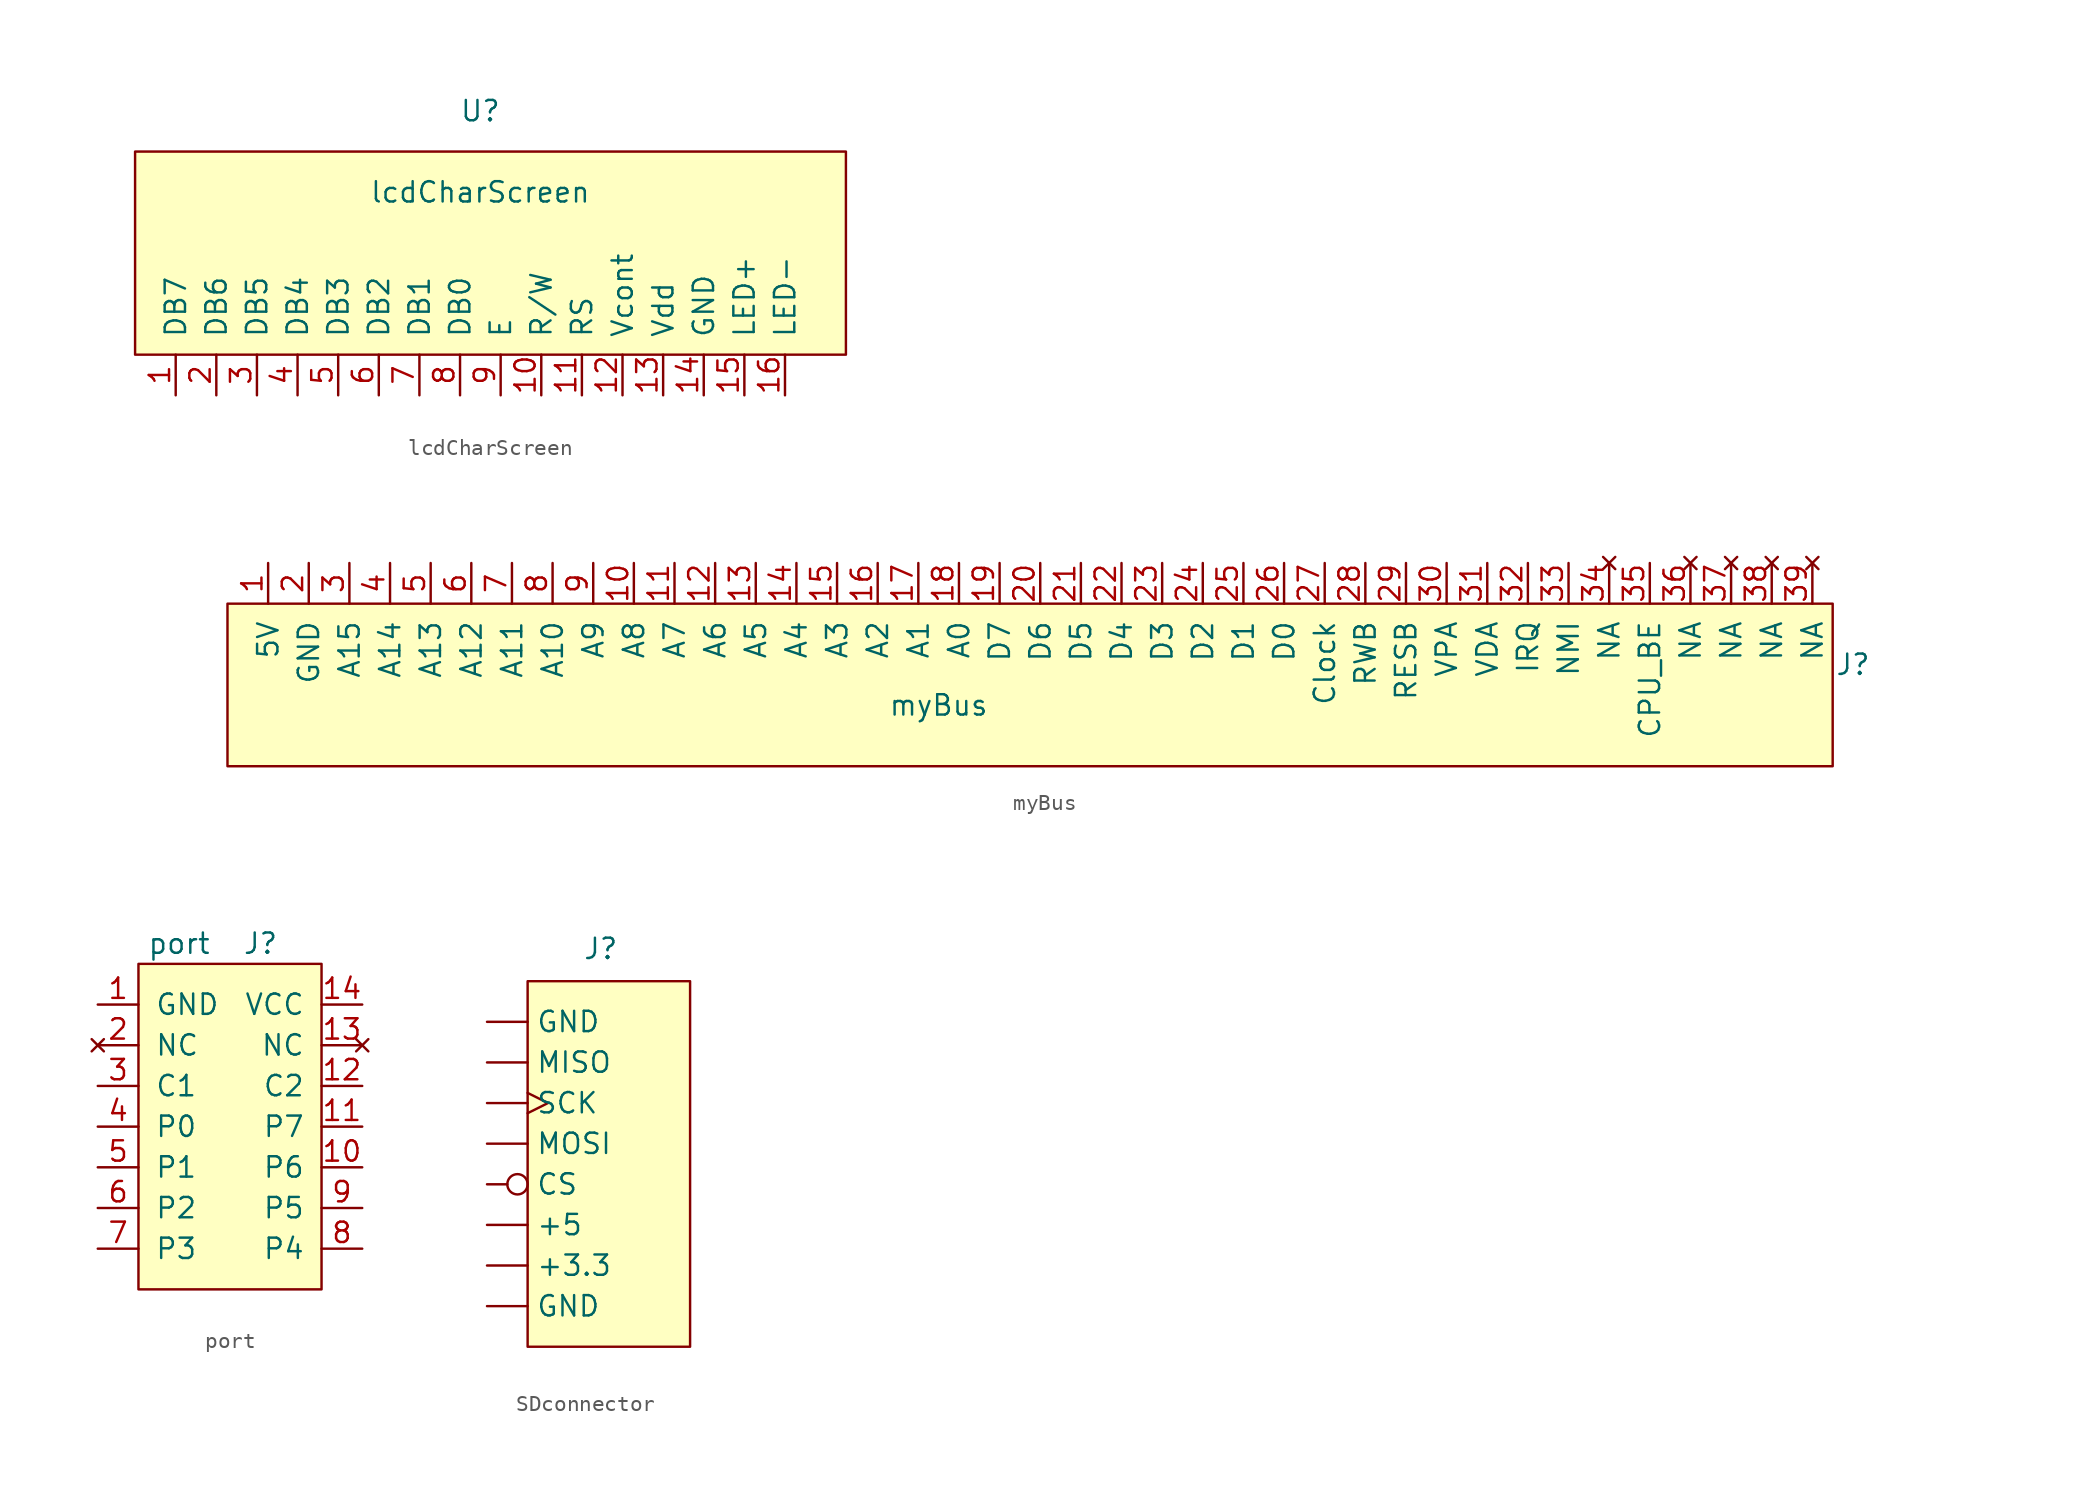
<source format=kicad_sym>
(kicad_symbol_lib
  (version 20241209)
  (generator "kicad_symbol_editor")
  (generator_version "9.0")
  (symbol "lcdCharScreen"
    (pin_names
      (offset 1.016))
    (property "Reference" "U"
      (at -1.27 8.89 0)
      (effects (font (size 1.27 1.27))))
    (property "Value" "lcdCharScreen"
      (at -1.27 3.81 0)
      (effects (font (size 1.27 1.27))))
    (symbol "lcdCharScreen_0_1"
      (rectangle (start -22.86 6.35) (end 21.59 -6.35) (stroke (width 0) (type solid)) (fill (type background))))
    (symbol "lcdCharScreen_1_1"
      (pin bidirectional line (at -20.32 -8.89 90) (length 2.54) (name "DB7" (effects (font (size 1.27 1.27)))) (number "1" (effects (font (size 1.27 1.27)))))
      (pin bidirectional line (at -17.78 -8.89 90) (length 2.54) (name "DB6" (effects (font (size 1.27 1.27)))) (number "2" (effects (font (size 1.27 1.27)))))
      (pin bidirectional line (at -15.24 -8.89 90) (length 2.54) (name "DB5" (effects (font (size 1.27 1.27)))) (number "3" (effects (font (size 1.27 1.27)))))
      (pin bidirectional line (at -12.7 -8.89 90) (length 2.54) (name "DB4" (effects (font (size 1.27 1.27)))) (number "4" (effects (font (size 1.27 1.27)))))
      (pin bidirectional line (at -10.16 -8.89 90) (length 2.54) (name "DB3" (effects (font (size 1.27 1.27)))) (number "5" (effects (font (size 1.27 1.27)))))
      (pin bidirectional line (at -7.62 -8.89 90) (length 2.54) (name "DB2" (effects (font (size 1.27 1.27)))) (number "6" (effects (font (size 1.27 1.27)))))
      (pin bidirectional line (at -5.08 -8.89 90) (length 2.54) (name "DB1" (effects (font (size 1.27 1.27)))) (number "7" (effects (font (size 1.27 1.27)))))
      (pin bidirectional line (at -2.54 -8.89 90) (length 2.54) (name "DB0" (effects (font (size 1.27 1.27)))) (number "8" (effects (font (size 1.27 1.27)))))
      (pin input line (at 0 -8.89 90) (length 2.54) (name "E" (effects (font (size 1.27 1.27)))) (number "9" (effects (font (size 1.27 1.27)))))
      (pin input line (at 2.54 -8.89 90) (length 2.54) (name "R/W" (effects (font (size 1.27 1.27)))) (number "10" (effects (font (size 1.27 1.27)))))
      (pin input line (at 5.08 -8.89 90) (length 2.54) (name "RS" (effects (font (size 1.27 1.27)))) (number "11" (effects (font (size 1.27 1.27)))))
      (pin input line (at 7.62 -8.89 90) (length 2.54) (name "Vcont" (effects (font (size 1.27 1.27)))) (number "12" (effects (font (size 1.27 1.27)))))
      (pin power_in line (at 10.16 -8.89 90) (length 2.54) (name "Vdd" (effects (font (size 1.27 1.27)))) (number "13" (effects (font (size 1.27 1.27)))))
      (pin power_in line (at 12.7 -8.89 90) (length 2.54) (name "GND" (effects (font (size 1.27 1.27)))) (number "14" (effects (font (size 1.27 1.27)))))
      (pin power_in line (at 15.24 -8.89 90) (length 2.54) (name "LED+" (effects (font (size 1.27 1.27)))) (number "15" (effects (font (size 1.27 1.27)))))
      (pin power_in line (at 17.78 -8.89 90) (length 2.54) (name "LED-" (effects (font (size 1.27 1.27)))) (number "16" (effects (font (size 1.27 1.27)))))))
  (symbol "myBus"
    (pin_names
      (offset 1.016))
    (property "Reference" "J"
      (at 57.15 1.27 0)
      (effects (font (size 1.27 1.27))))
    (property "Value" "myBus"
      (at 0 -1.27 0)
      (effects (font (size 1.27 1.27))))
    (symbol "myBus_0_1"
      (rectangle (start -44.45 5.08) (end 55.88 -5.08) (stroke (width 0) (type solid)) (fill (type background))))
    (symbol "myBus_1_1"
      (pin power_in line (at -41.91 7.62 270) (length 2.54) (name "5V" (effects (font (size 1.27 1.27)))) (number "1" (effects (font (size 1.27 1.27)))))
      (pin power_in line (at -39.37 7.62 270) (length 2.54) (name "GND" (effects (font (size 1.27 1.27)))) (number "2" (effects (font (size 1.27 1.27)))))
      (pin passive line (at -36.83 7.62 270) (length 2.54) (name "A15" (effects (font (size 1.27 1.27)))) (number "3" (effects (font (size 1.27 1.27)))))
      (pin passive line (at -34.29 7.62 270) (length 2.54) (name "A14" (effects (font (size 1.27 1.27)))) (number "4" (effects (font (size 1.27 1.27)))))
      (pin passive line (at -31.75 7.62 270) (length 2.54) (name "A13" (effects (font (size 1.27 1.27)))) (number "5" (effects (font (size 1.27 1.27)))))
      (pin passive line (at -29.21 7.62 270) (length 2.54) (name "A12" (effects (font (size 1.27 1.27)))) (number "6" (effects (font (size 1.27 1.27)))))
      (pin passive line (at -26.67 7.62 270) (length 2.54) (name "A11" (effects (font (size 1.27 1.27)))) (number "7" (effects (font (size 1.27 1.27)))))
      (pin passive line (at -24.13 7.62 270) (length 2.54) (name "A10" (effects (font (size 1.27 1.27)))) (number "8" (effects (font (size 1.27 1.27)))))
      (pin passive line (at -21.59 7.62 270) (length 2.54) (name "A9" (effects (font (size 1.27 1.27)))) (number "9" (effects (font (size 1.27 1.27)))))
      (pin passive line (at -19.05 7.62 270) (length 2.54) (name "A8" (effects (font (size 1.27 1.27)))) (number "10" (effects (font (size 1.27 1.27)))))
      (pin passive line (at -16.51 7.62 270) (length 2.54) (name "A7" (effects (font (size 1.27 1.27)))) (number "11" (effects (font (size 1.27 1.27)))))
      (pin passive line (at -13.97 7.62 270) (length 2.54) (name "A6" (effects (font (size 1.27 1.27)))) (number "12" (effects (font (size 1.27 1.27)))))
      (pin passive line (at -11.43 7.62 270) (length 2.54) (name "A5" (effects (font (size 1.27 1.27)))) (number "13" (effects (font (size 1.27 1.27)))))
      (pin passive line (at -8.89 7.62 270) (length 2.54) (name "A4" (effects (font (size 1.27 1.27)))) (number "14" (effects (font (size 1.27 1.27)))))
      (pin passive line (at -6.35 7.62 270) (length 2.54) (name "A3" (effects (font (size 1.27 1.27)))) (number "15" (effects (font (size 1.27 1.27)))))
      (pin passive line (at -3.81 7.62 270) (length 2.54) (name "A2" (effects (font (size 1.27 1.27)))) (number "16" (effects (font (size 1.27 1.27)))))
      (pin passive line (at -1.27 7.62 270) (length 2.54) (name "A1" (effects (font (size 1.27 1.27)))) (number "17" (effects (font (size 1.27 1.27)))))
      (pin passive line (at 1.27 7.62 270) (length 2.54) (name "A0" (effects (font (size 1.27 1.27)))) (number "18" (effects (font (size 1.27 1.27)))))
      (pin passive line (at 3.81 7.62 270) (length 2.54) (name "D7" (effects (font (size 1.27 1.27)))) (number "19" (effects (font (size 1.27 1.27)))))
      (pin passive line (at 6.35 7.62 270) (length 2.54) (name "D6" (effects (font (size 1.27 1.27)))) (number "20" (effects (font (size 1.27 1.27)))))
      (pin passive line (at 8.89 7.62 270) (length 2.54) (name "D5" (effects (font (size 1.27 1.27)))) (number "21" (effects (font (size 1.27 1.27)))))
      (pin passive line (at 11.43 7.62 270) (length 2.54) (name "D4" (effects (font (size 1.27 1.27)))) (number "22" (effects (font (size 1.27 1.27)))))
      (pin passive line (at 13.97 7.62 270) (length 2.54) (name "D3" (effects (font (size 1.27 1.27)))) (number "23" (effects (font (size 1.27 1.27)))))
      (pin passive line (at 16.51 7.62 270) (length 2.54) (name "D2" (effects (font (size 1.27 1.27)))) (number "24" (effects (font (size 1.27 1.27)))))
      (pin passive line (at 19.05 7.62 270) (length 2.54) (name "D1" (effects (font (size 1.27 1.27)))) (number "25" (effects (font (size 1.27 1.27)))))
      (pin passive line (at 21.59 7.62 270) (length 2.54) (name "D0" (effects (font (size 1.27 1.27)))) (number "26" (effects (font (size 1.27 1.27)))))
      (pin passive line (at 24.13 7.62 270) (length 2.54) (name "Clock" (effects (font (size 1.27 1.27)))) (number "27" (effects (font (size 1.27 1.27)))))
      (pin passive line (at 26.67 7.62 270) (length 2.54) (name "RWB" (effects (font (size 1.27 1.27)))) (number "28" (effects (font (size 1.27 1.27)))))
      (pin passive line (at 29.21 7.62 270) (length 2.54) (name "RESB" (effects (font (size 1.27 1.27)))) (number "29" (effects (font (size 1.27 1.27)))))
      (pin passive line (at 31.75 7.62 270) (length 2.54) (name "VPA" (effects (font (size 1.27 1.27)))) (number "30" (effects (font (size 1.27 1.27)))))
      (pin passive line (at 34.29 7.62 270) (length 2.54) (name "VDA" (effects (font (size 1.27 1.27)))) (number "31" (effects (font (size 1.27 1.27)))))
      (pin passive line (at 36.83 7.62 270) (length 2.54) (name "IRQ" (effects (font (size 1.27 1.27)))) (number "32" (effects (font (size 1.27 1.27)))))
      (pin passive line (at 39.37 7.62 270) (length 2.54) (name "NMI" (effects (font (size 1.27 1.27)))) (number "33" (effects (font (size 1.27 1.27)))))
      (pin no_connect line (at 41.91 7.62 270) (length 2.54) (name "NA" (effects (font (size 1.27 1.27)))) (number "34" (effects (font (size 1.27 1.27)))))
      (pin passive line (at 44.45 7.62 270) (length 2.54) (name "CPU_BE" (effects (font (size 1.27 1.27)))) (number "35" (effects (font (size 1.27 1.27)))))
      (pin no_connect line (at 46.99 7.62 270) (length 2.54) (name "NA" (effects (font (size 1.27 1.27)))) (number "36" (effects (font (size 1.27 1.27)))))
      (pin no_connect line (at 49.53 7.62 270) (length 2.54) (name "NA" (effects (font (size 1.27 1.27)))) (number "37" (effects (font (size 1.27 1.27)))))
      (pin no_connect line (at 52.07 7.62 270) (length 2.54) (name "NA" (effects (font (size 1.27 1.27)))) (number "38" (effects (font (size 1.27 1.27)))))
      (pin no_connect line (at 54.61 7.62 270) (length 2.54) (name "NA" (effects (font (size 1.27 1.27)))) (number "39" (effects (font (size 1.27 1.27)))))))
  (symbol "port"
    (pin_names
      (offset 1.016))
    (property "Reference" "J"
      (at 1.27 11.43 0)
      (effects (font (size 1.27 1.27))))
    (property "Value" "port"
      (at -3.81 11.43 0)
      (effects (font (size 1.27 1.27))))
    (symbol "port_0_1"
      (rectangle (start -6.35 10.16) (end 5.08 -10.16) (stroke (width 0) (type solid)) (fill (type background))))
    (symbol "port_1_1"
      (pin power_in line (at -8.89 7.62 0) (length 2.54) (name "GND" (effects (font (size 1.27 1.27)))) (number "1" (effects (font (size 1.27 1.27)))))
      (pin no_connect line (at -8.89 5.08 0) (length 2.54) (name "NC" (effects (font (size 1.27 1.27)))) (number "2" (effects (font (size 1.27 1.27)))))
      (pin passive line (at -8.89 2.54 0) (length 2.54) (name "C1" (effects (font (size 1.27 1.27)))) (number "3" (effects (font (size 1.27 1.27)))))
      (pin passive line (at -8.89 0 0) (length 2.54) (name "P0" (effects (font (size 1.27 1.27)))) (number "4" (effects (font (size 1.27 1.27)))))
      (pin passive line (at -8.89 -2.54 0) (length 2.54) (name "P1" (effects (font (size 1.27 1.27)))) (number "5" (effects (font (size 1.27 1.27)))))
      (pin passive line (at -8.89 -5.08 0) (length 2.54) (name "P2" (effects (font (size 1.27 1.27)))) (number "6" (effects (font (size 1.27 1.27)))))
      (pin passive line (at -8.89 -7.62 0) (length 2.54) (name "P3" (effects (font (size 1.27 1.27)))) (number "7" (effects (font (size 1.27 1.27)))))
      (pin power_in line (at 7.62 7.62 180) (length 2.54) (name "VCC" (effects (font (size 1.27 1.27)))) (number "14" (effects (font (size 1.27 1.27)))))
      (pin no_connect line (at 7.62 5.08 180) (length 2.54) (name "NC" (effects (font (size 1.27 1.27)))) (number "13" (effects (font (size 1.27 1.27)))))
      (pin passive line (at 7.62 2.54 180) (length 2.54) (name "C2" (effects (font (size 1.27 1.27)))) (number "12" (effects (font (size 1.27 1.27)))))
      (pin passive line (at 7.62 0 180) (length 2.54) (name "P7" (effects (font (size 1.27 1.27)))) (number "11" (effects (font (size 1.27 1.27)))))
      (pin passive line (at 7.62 -2.54 180) (length 2.54) (name "P6" (effects (font (size 1.27 1.27)))) (number "10" (effects (font (size 1.27 1.27)))))
      (pin passive line (at 7.62 -5.08 180) (length 2.54) (name "P5" (effects (font (size 1.27 1.27)))) (number "9" (effects (font (size 1.27 1.27)))))
      (pin passive line (at 7.62 -7.62 180) (length 2.54) (name "P4" (effects (font (size 1.27 1.27)))) (number "8" (effects (font (size 1.27 1.27)))))))
  (symbol "SDconnector"
    (property "Reference" "J"
      (at -0.508 13.462 0)
      (effects (font (size 1.27 1.27))))
    (property "Value" ""
      (at -2.54 12.7 0)
      (effects (font (size 1.27 1.27))))
    (symbol "SDconnector_1_1"
      (rectangle (start -5.08 11.43) (end 5.08 -11.43) (stroke (width 0) (type default)) (fill (type background)))
      (pin power_in line (at -7.62 8.89 0) (length 2.54) (name "GND" (effects (font (size 1.27 1.27)))) (number "" (effects (font (size 1.27 1.27)))))
      (pin output line (at -7.62 6.35 0) (length 2.54) (name "MISO" (effects (font (size 1.27 1.27)))) (number "" (effects (font (size 1.27 1.27)))))
      (pin input clock (at -7.62 3.81 0) (length 2.54) (name "SCK" (effects (font (size 1.27 1.27)))) (number "" (effects (font (size 1.27 1.27)))))
      (pin input line (at -7.62 1.27 0) (length 2.54) (name "MOSI" (effects (font (size 1.27 1.27)))) (number "" (effects (font (size 1.27 1.27)))))
      (pin input inverted (at -7.62 -1.27 0) (length 2.54) (name "CS" (effects (font (size 1.27 1.27)))) (number "" (effects (font (size 1.27 1.27)))))
      (pin power_in line (at -7.62 -3.81 0) (length 2.54) (name "+5" (effects (font (size 1.27 1.27)))) (number "" (effects (font (size 1.27 1.27)))))
      (pin power_in line (at -7.62 -6.35 0) (length 2.54) (name "+3.3" (effects (font (size 1.27 1.27)))) (number "" (effects (font (size 1.27 1.27)))))
      (pin power_in line (at -7.62 -8.89 0) (length 2.54) (name "GND" (effects (font (size 1.27 1.27)))) (number "" (effects (font (size 1.27 1.27))))))))
</source>
